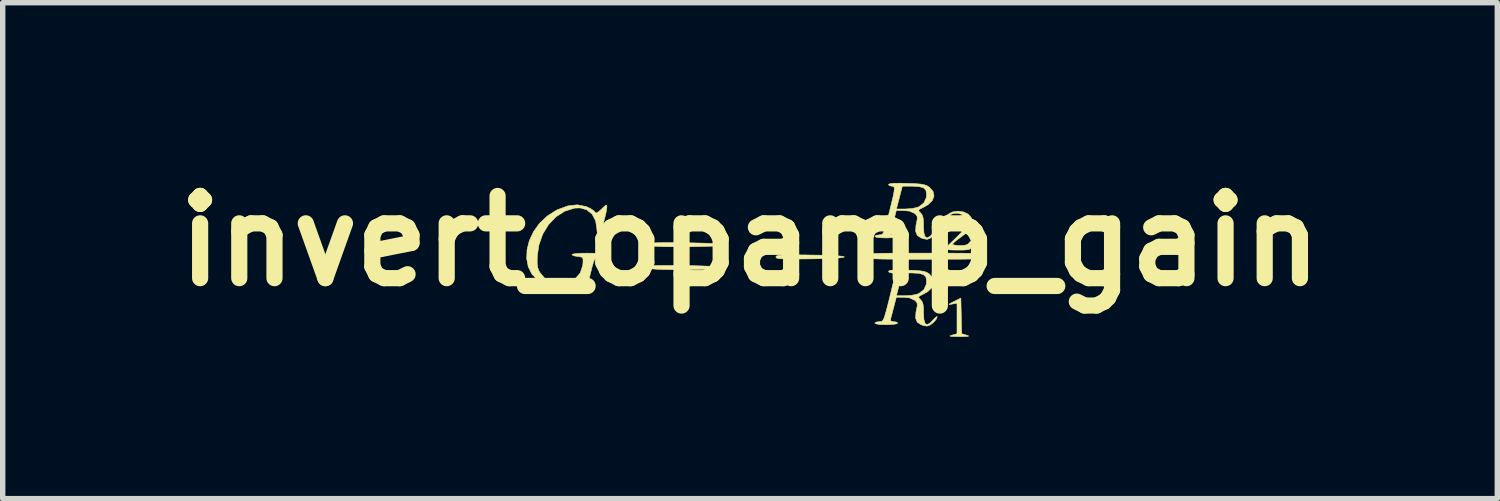
<source format=kicad_pcb>
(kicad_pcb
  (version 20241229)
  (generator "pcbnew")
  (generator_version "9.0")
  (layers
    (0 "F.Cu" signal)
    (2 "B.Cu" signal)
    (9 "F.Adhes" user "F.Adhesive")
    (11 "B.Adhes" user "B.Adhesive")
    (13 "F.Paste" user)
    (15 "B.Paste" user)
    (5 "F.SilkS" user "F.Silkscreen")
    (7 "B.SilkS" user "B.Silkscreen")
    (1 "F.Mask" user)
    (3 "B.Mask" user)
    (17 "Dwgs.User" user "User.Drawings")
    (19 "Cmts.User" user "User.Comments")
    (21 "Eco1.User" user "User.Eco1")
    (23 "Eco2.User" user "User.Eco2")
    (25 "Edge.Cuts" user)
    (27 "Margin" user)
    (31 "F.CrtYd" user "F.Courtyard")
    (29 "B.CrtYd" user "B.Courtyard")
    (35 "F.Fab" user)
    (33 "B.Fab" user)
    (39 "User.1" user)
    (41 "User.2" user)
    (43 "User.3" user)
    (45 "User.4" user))
  (footprint "invert_opamp_gain"
    (layer "F.Cu")
    (at 10.857 1.418)
    (property "Reference" "invert_opamp_gain" (at 0 0 0) (layer "F.SilkS") (effects (font (size 1.524 1.524) (thickness 0.3))))
    (attr through_hole)
    (fp_poly (pts (xy 3.917 1.389) (xy 3.925 1.72) (xy 4.015 1.747) (xy 4.051 1.759) (xy 4.048 1.767) (xy 3.999 1.772) (xy 3.899 1.773) (xy 3.881 1.773) (xy 3.774 1.772) (xy 3.718 1.768) (xy 3.707 1.761) (xy 3.737 1.749) (xy 3.747 1.746) (xy 3.838 1.72) (xy 3.838 1.153) (xy 3.747 1.17) (xy 3.698 1.178) (xy 3.691 1.172) (xy 3.73 1.149) (xy 3.782 1.123) (xy 3.909 1.058) (xy 3.917 1.389)) (stroke (width 0.01) (type solid)) (fill yes) (layer "F.SilkS"))
    (fp_poly (pts (xy -1.429 0.03) (xy -1.266 0.032) (xy -1.096 0.035) (xy -0.928 0.039) (xy -0.771 0.044) (xy -0.636 0.05) (xy -0.53 0.057) (xy -0.463 0.064) (xy -0.444 0.071) (xy -0.474 0.08) (xy -0.55 0.088) (xy -0.664 0.095) (xy -0.806 0.1) (xy -0.968 0.104) (xy -1.139 0.107) (xy -1.31 0.108) (xy -1.473 0.107) (xy -1.618 0.105) (xy -1.735 0.1) (xy -1.815 0.094) (xy -1.848 0.085) (xy -1.848 0.085) (xy -1.844 0.051) (xy -1.829 0.042) (xy -1.785 0.036) (xy -1.698 0.032) (xy -1.576 0.03) (xy -1.429 0.03)) (stroke (width 0.01) (type solid)) (fill yes) (layer "F.SilkS"))
    (fp_poly (pts (xy -1.429 0.454) (xy -1.266 0.455) (xy -1.096 0.458) (xy -0.928 0.462) (xy -0.771 0.468) (xy -0.636 0.474) (xy -0.53 0.48) (xy -0.463 0.487) (xy -0.444 0.494) (xy -0.474 0.503) (xy -0.55 0.511) (xy -0.664 0.518) (xy -0.806 0.524) (xy -0.968 0.528) (xy -1.139 0.53) (xy -1.31 0.531) (xy -1.473 0.531) (xy -1.618 0.528) (xy -1.735 0.524) (xy -1.815 0.517) (xy -1.848 0.509) (xy -1.848 0.508) (xy -1.844 0.475) (xy -1.829 0.465) (xy -1.785 0.459) (xy -1.698 0.455) (xy -1.576 0.454) (xy -1.429 0.454)) (stroke (width 0.01) (type solid)) (fill yes) (layer "F.SilkS"))
    (fp_poly (pts (xy 0.886 0.258) (xy 1.087 0.26) (xy 1.115 0.261) (xy 1.334 0.264) (xy 1.511 0.27) (xy 1.641 0.277) (xy 1.722 0.286) (xy 1.75 0.296) (xy 1.75 0.296) (xy 1.722 0.306) (xy 1.642 0.315) (xy 1.511 0.323) (xy 1.335 0.328) (xy 1.116 0.332) (xy 1.115 0.332) (xy 0.908 0.334) (xy 0.75 0.335) (xy 0.636 0.333) (xy 0.559 0.329) (xy 0.511 0.322) (xy 0.487 0.312) (xy 0.48 0.298) (xy 0.48 0.296) (xy 0.486 0.282) (xy 0.507 0.272) (xy 0.552 0.264) (xy 0.625 0.26) (xy 0.735 0.258) (xy 0.886 0.258)) (stroke (width 0.01) (type solid)) (fill yes) (layer "F.SilkS"))
    (fp_poly (pts (xy 3.536 0.226) (xy 3.76 0.226) (xy 3.939 0.227) (xy 4.078 0.229) (xy 4.18 0.232) (xy 4.253 0.237) (xy 4.3 0.243) (xy 4.328 0.251) (xy 4.342 0.261) (xy 4.346 0.274) (xy 4.346 0.282) (xy 4.345 0.297) (xy 4.337 0.308) (xy 4.318 0.318) (xy 4.282 0.325) (xy 4.224 0.33) (xy 4.139 0.334) (xy 4.021 0.336) (xy 3.866 0.338) (xy 3.667 0.338) (xy 3.421 0.339) (xy 3.26 0.339) (xy 2.984 0.339) (xy 2.759 0.338) (xy 2.58 0.337) (xy 2.442 0.335) (xy 2.339 0.332) (xy 2.267 0.328) (xy 2.219 0.322) (xy 2.191 0.314) (xy 2.178 0.303) (xy 2.173 0.291) (xy 2.173 0.282) (xy 2.174 0.268) (xy 2.182 0.256) (xy 2.201 0.247) (xy 2.237 0.24) (xy 2.295 0.234) (xy 2.38 0.231) (xy 2.498 0.228) (xy 2.653 0.227) (xy 2.852 0.226) (xy 3.099 0.226) (xy 3.26 0.226) (xy 3.536 0.226)) (stroke (width 0.01) (type solid)) (fill yes) (layer "F.SilkS"))
    (fp_poly (pts (xy 3.956 -0.539) (xy 4.044 -0.498) (xy 4.101 -0.433) (xy 4.108 -0.411) (xy 4.118 -0.32) (xy 4.091 -0.239) (xy 4.022 -0.16) (xy 3.923 -0.082) (xy 3.84 -0.022) (xy 3.78 0.029) (xy 3.754 0.059) (xy 3.754 0.061) (xy 3.779 0.074) (xy 3.844 0.083) (xy 3.893 0.085) (xy 3.986 0.079) (xy 4.042 0.058) (xy 4.077 0.022) (xy 4.108 -0.011) (xy 4.12 0.006) (xy 4.111 0.07) (xy 4.103 0.106) (xy 4.09 0.137) (xy 4.066 0.156) (xy 4.017 0.165) (xy 3.933 0.169) (xy 3.849 0.169) (xy 3.741 0.167) (xy 3.659 0.162) (xy 3.616 0.155) (xy 3.612 0.151) (xy 3.632 0.126) (xy 3.684 0.072) (xy 3.759 -0.000355) (xy 3.798 -0.037) (xy 3.925 -0.164) (xy 4 -0.27) (xy 4.026 -0.358) (xy 4.003 -0.43) (xy 3.932 -0.489) (xy 3.921 -0.495) (xy 3.849 -0.515) (xy 3.776 -0.512) (xy 3.718 -0.489) (xy 3.687 -0.452) (xy 3.698 -0.408) (xy 3.699 -0.407) (xy 3.716 -0.355) (xy 3.686 -0.317) (xy 3.653 -0.31) (xy 3.621 -0.332) (xy 3.614 -0.383) (xy 3.631 -0.445) (xy 3.664 -0.489) (xy 3.75 -0.537) (xy 3.853 -0.553) (xy 3.956 -0.539)) (stroke (width 0.01) (type solid)) (fill yes) (layer "F.SilkS"))
    (fp_poly (pts (xy -3.037 -0.638) (xy -3.034 -0.637) (xy -2.953 -0.598) (xy -2.894 -0.557) (xy -2.881 -0.541) (xy -2.86 -0.518) (xy -2.831 -0.524) (xy -2.781 -0.565) (xy -2.753 -0.591) (xy -2.694 -0.647) (xy -2.665 -0.667) (xy -2.655 -0.653) (xy -2.655 -0.619) (xy -2.664 -0.553) (xy -2.685 -0.459) (xy -2.713 -0.353) (xy -2.744 -0.249) (xy -2.774 -0.162) (xy -2.799 -0.106) (xy -2.809 -0.094) (xy -2.825 -0.113) (xy -2.836 -0.174) (xy -2.839 -0.219) (xy -2.863 -0.374) (xy -2.926 -0.495) (xy -3.023 -0.576) (xy -3.148 -0.613) (xy -3.254 -0.609) (xy -3.435 -0.552) (xy -3.598 -0.448) (xy -3.736 -0.304) (xy -3.844 -0.127) (xy -3.915 0.075) (xy -3.945 0.282) (xy -3.947 0.403) (xy -3.939 0.486) (xy -3.917 0.549) (xy -3.897 0.584) (xy -3.809 0.69) (xy -3.701 0.752) (xy -3.561 0.774) (xy -3.53 0.774) (xy -3.362 0.753) (xy -3.235 0.692) (xy -3.148 0.593) (xy -3.102 0.456) (xy -3.097 0.402) (xy -3.096 0.333) (xy -3.116 0.301) (xy -3.172 0.29) (xy -3.196 0.288) (xy -3.264 0.276) (xy -3.3 0.257) (xy -3.302 0.252) (xy -3.276 0.241) (xy -3.204 0.232) (xy -3.1 0.227) (xy -3.02 0.226) (xy -2.889 0.228) (xy -2.794 0.236) (xy -2.744 0.247) (xy -2.738 0.254) (xy -2.761 0.277) (xy -2.791 0.282) (xy -2.835 0.29) (xy -2.87 0.321) (xy -2.9 0.384) (xy -2.931 0.488) (xy -2.951 0.572) (xy -2.977 0.674) (xy -3.002 0.75) (xy -3.021 0.788) (xy -3.024 0.79) (xy -3.053 0.768) (xy -3.075 0.736) (xy -3.095 0.705) (xy -3.12 0.699) (xy -3.167 0.717) (xy -3.232 0.753) (xy -3.38 0.811) (xy -3.545 0.837) (xy -3.706 0.829) (xy -3.792 0.807) (xy -3.938 0.727) (xy -4.044 0.615) (xy -4.112 0.479) (xy -4.141 0.325) (xy -4.134 0.16) (xy -4.092 -0.007) (xy -4.015 -0.171) (xy -3.905 -0.325) (xy -3.763 -0.46) (xy -3.59 -0.57) (xy -3.576 -0.577) (xy -3.38 -0.65) (xy -3.201 -0.67) (xy -3.037 -0.638)) (stroke (width 0.01) (type solid)) (fill yes) (layer "F.SilkS"))
    (fp_poly (pts (xy 2.905 -1.068) (xy 3.054 -1.063) (xy 3.159 -1.055) (xy 3.231 -1.042) (xy 3.282 -1.024) (xy 3.321 -0.999) (xy 3.393 -0.92) (xy 3.412 -0.835) (xy 3.379 -0.749) (xy 3.297 -0.67) (xy 3.21 -0.621) (xy 3.145 -0.59) (xy 3.124 -0.567) (xy 3.141 -0.541) (xy 3.161 -0.522) (xy 3.192 -0.483) (xy 3.21 -0.426) (xy 3.217 -0.336) (xy 3.217 -0.277) (xy 3.224 -0.15) (xy 3.247 -0.077) (xy 3.285 -0.057) (xy 3.341 -0.088) (xy 3.392 -0.142) (xy 3.439 -0.192) (xy 3.467 -0.209) (xy 3.471 -0.202) (xy 3.449 -0.152) (xy 3.397 -0.094) (xy 3.334 -0.047) (xy 3.282 -0.03) (xy 3.215 -0.042) (xy 3.17 -0.057) (xy 3.101 -0.103) (xy 3.071 -0.176) (xy 3.076 -0.283) (xy 3.084 -0.322) (xy 3.101 -0.406) (xy 3.099 -0.455) (xy 3.076 -0.49) (xy 3.05 -0.512) (xy 2.956 -0.554) (xy 2.848 -0.564) (xy 2.712 -0.564) (xy 2.681 -0.445) (xy 2.658 -0.358) (xy 2.641 -0.289) (xy 2.637 -0.275) (xy 2.618 -0.205) (xy 2.609 -0.169) (xy 2.607 -0.127) (xy 2.645 -0.113) (xy 2.665 -0.113) (xy 2.719 -0.103) (xy 2.738 -0.085) (xy 2.711 -0.07) (xy 2.64 -0.061) (xy 2.536 -0.056) (xy 2.526 -0.056) (xy 2.419 -0.06) (xy 2.345 -0.069) (xy 2.314 -0.083) (xy 2.314 -0.085) (xy 2.339 -0.105) (xy 2.395 -0.113) (xy 2.427 -0.114) (xy 2.451 -0.124) (xy 2.472 -0.15) (xy 2.493 -0.201) (xy 2.518 -0.285) (xy 2.551 -0.41) (xy 2.579 -0.521) (xy 2.597 -0.593) (xy 2.714 -0.593) (xy 2.882 -0.593) (xy 2.994 -0.6) (xy 3.093 -0.62) (xy 3.133 -0.635) (xy 3.224 -0.706) (xy 3.268 -0.803) (xy 3.274 -0.872) (xy 3.261 -0.941) (xy 3.217 -0.985) (xy 3.135 -1.008) (xy 3.005 -1.016) (xy 2.994 -1.016) (xy 2.824 -1.016) (xy 2.793 -0.896) (xy 2.767 -0.796) (xy 2.742 -0.7) (xy 2.738 -0.684) (xy 2.714 -0.593) (xy 2.597 -0.593) (xy 2.622 -0.697) (xy 2.653 -0.825) (xy 2.67 -0.913) (xy 2.676 -0.969) (xy 2.67 -1) (xy 2.653 -1.013) (xy 2.627 -1.016) (xy 2.625 -1.016) (xy 2.579 -1.029) (xy 2.568 -1.047) (xy 2.591 -1.061) (xy 2.662 -1.069) (xy 2.784 -1.071) (xy 2.905 -1.068)) (stroke (width 0.01) (type solid)) (fill yes) (layer "F.SilkS"))
    (fp_poly (pts (xy 2.905 0.54) (xy 3.054 0.546) (xy 3.159 0.554) (xy 3.231 0.566) (xy 3.282 0.585) (xy 3.321 0.61) (xy 3.393 0.689) (xy 3.412 0.774) (xy 3.379 0.859) (xy 3.297 0.938) (xy 3.21 0.987) (xy 3.145 1.019) (xy 3.124 1.041) (xy 3.141 1.068) (xy 3.161 1.086) (xy 3.192 1.126) (xy 3.21 1.183) (xy 3.217 1.273) (xy 3.217 1.332) (xy 3.224 1.459) (xy 3.247 1.532) (xy 3.285 1.552) (xy 3.341 1.52) (xy 3.392 1.466) (xy 3.439 1.417) (xy 3.467 1.4) (xy 3.471 1.406) (xy 3.449 1.457) (xy 3.397 1.515) (xy 3.334 1.561) (xy 3.282 1.579) (xy 3.215 1.567) (xy 3.17 1.552) (xy 3.101 1.506) (xy 3.071 1.433) (xy 3.076 1.325) (xy 3.084 1.287) (xy 3.101 1.203) (xy 3.099 1.154) (xy 3.076 1.119) (xy 3.05 1.097) (xy 2.956 1.055) (xy 2.848 1.044) (xy 2.712 1.044) (xy 2.681 1.164) (xy 2.658 1.25) (xy 2.641 1.32) (xy 2.637 1.333) (xy 2.618 1.404) (xy 2.609 1.439) (xy 2.607 1.481) (xy 2.645 1.495) (xy 2.665 1.496) (xy 2.719 1.505) (xy 2.738 1.524) (xy 2.711 1.538) (xy 2.64 1.548) (xy 2.536 1.552) (xy 2.526 1.552) (xy 2.419 1.549) (xy 2.345 1.539) (xy 2.314 1.525) (xy 2.314 1.524) (xy 2.339 1.504) (xy 2.395 1.496) (xy 2.427 1.494) (xy 2.451 1.485) (xy 2.472 1.458) (xy 2.493 1.407) (xy 2.518 1.324) (xy 2.551 1.199) (xy 2.579 1.087) (xy 2.597 1.016) (xy 2.714 1.016) (xy 2.882 1.016) (xy 2.994 1.008) (xy 3.093 0.989) (xy 3.133 0.973) (xy 3.224 0.903) (xy 3.268 0.806) (xy 3.274 0.737) (xy 3.261 0.668) (xy 3.217 0.624) (xy 3.135 0.6) (xy 3.005 0.593) (xy 2.994 0.593) (xy 2.824 0.593) (xy 2.793 0.713) (xy 2.767 0.813) (xy 2.742 0.908) (xy 2.738 0.924) (xy 2.714 1.016) (xy 2.597 1.016) (xy 2.622 0.912) (xy 2.653 0.784) (xy 2.67 0.695) (xy 2.676 0.639) (xy 2.67 0.609) (xy 2.653 0.596) (xy 2.627 0.593) (xy 2.625 0.593) (xy 2.579 0.58) (xy 2.568 0.561) (xy 2.591 0.547) (xy 2.662 0.539) (xy 2.784 0.538) (xy 2.905 0.54)) (stroke (width 0.01) (type solid)) (fill yes) (layer "F.SilkS")))
  (gr_rect
    (start -3 -3)
    (end 24.713 6.196)
    (stroke (width 0.1) (type default))
    (fill no)
    (layer "Edge.Cuts")))
</source>
